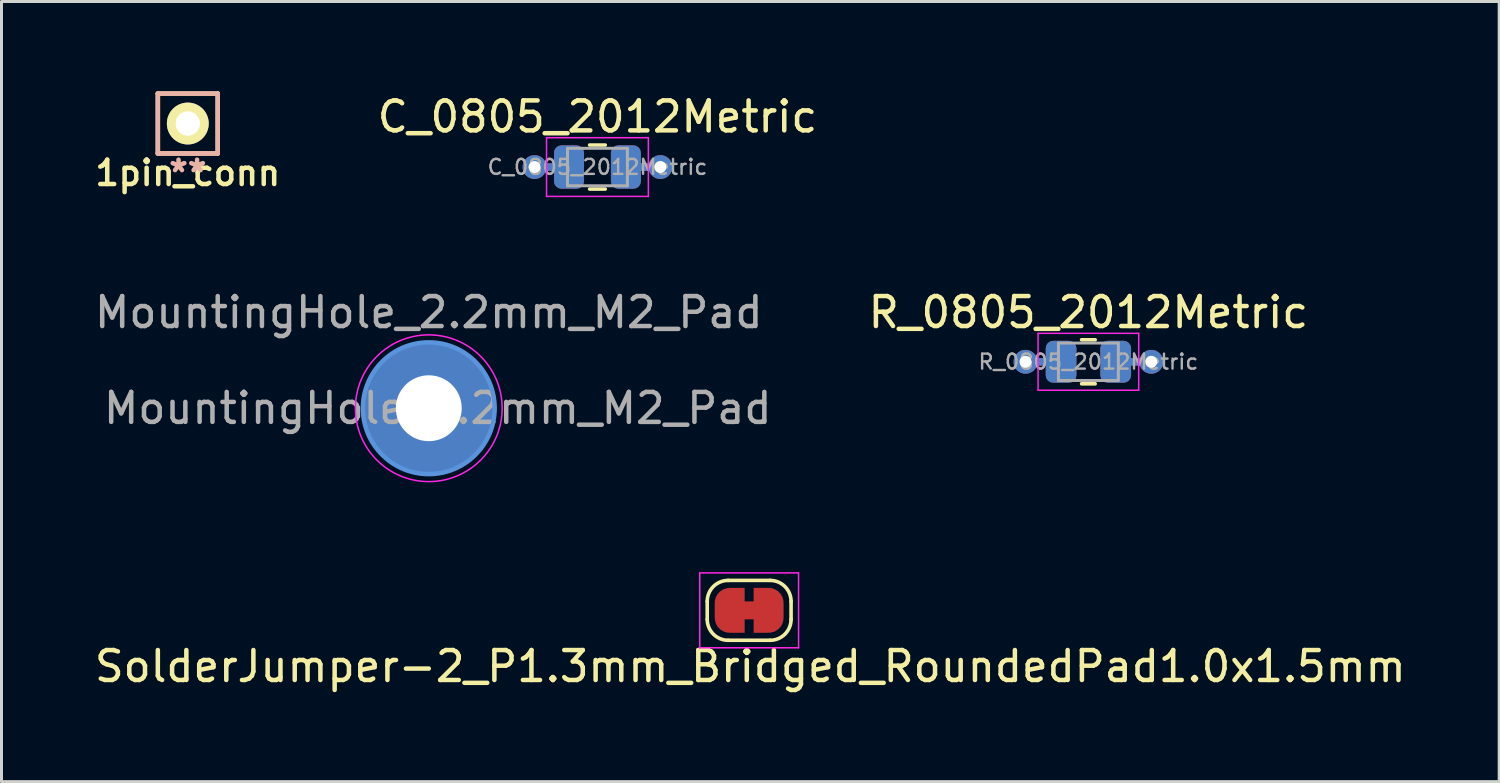
<source format=kicad_pcb>
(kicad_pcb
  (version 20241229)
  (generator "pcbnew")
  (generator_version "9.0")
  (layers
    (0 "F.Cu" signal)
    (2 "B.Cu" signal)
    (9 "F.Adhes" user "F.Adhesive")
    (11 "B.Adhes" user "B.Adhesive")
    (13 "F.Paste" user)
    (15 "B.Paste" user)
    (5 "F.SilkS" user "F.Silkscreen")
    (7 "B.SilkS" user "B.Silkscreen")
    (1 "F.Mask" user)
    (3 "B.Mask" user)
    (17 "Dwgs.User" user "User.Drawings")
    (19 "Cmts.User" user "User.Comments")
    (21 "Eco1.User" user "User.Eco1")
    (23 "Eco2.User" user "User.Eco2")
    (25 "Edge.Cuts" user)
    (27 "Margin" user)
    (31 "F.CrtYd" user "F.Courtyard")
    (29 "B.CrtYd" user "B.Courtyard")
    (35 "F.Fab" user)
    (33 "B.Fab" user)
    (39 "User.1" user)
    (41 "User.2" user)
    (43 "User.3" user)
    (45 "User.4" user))
  (footprint "C_0805_2012Metric"
    (layer "F.Cu")
    (at 16.9 2.528)
    (property "Reference" "C_0805_2012Metric" (at 0 -1.68 0) (layer "F.SilkS") (effects (font (size 1 1) (thickness 0.15))))
    (attr smd)
    (fp_line (start -0.261 -0.735) (end 0.261 -0.735) (stroke (width 0.12) (type solid)) (layer "F.SilkS"))
    (fp_line (start -0.261 0.735) (end 0.261 0.735) (stroke (width 0.12) (type solid)) (layer "F.SilkS"))
    (fp_line (start -1.7 -0.98) (end 1.7 -0.98) (stroke (width 0.05) (type solid)) (layer "F.CrtYd"))
    (fp_line (start -1.7 0.98) (end -1.7 -0.98) (stroke (width 0.05) (type solid)) (layer "F.CrtYd"))
    (fp_line (start 1.7 -0.98) (end 1.7 0.98) (stroke (width 0.05) (type solid)) (layer "F.CrtYd"))
    (fp_line (start 1.7 0.98) (end -1.7 0.98) (stroke (width 0.05) (type solid)) (layer "F.CrtYd"))
    (fp_line (start -1 -0.625) (end 1 -0.625) (stroke (width 0.1) (type solid)) (layer "F.Fab"))
    (fp_line (start -1 0.625) (end -1 -0.625) (stroke (width 0.1) (type solid)) (layer "F.Fab"))
    (fp_line (start 1 -0.625) (end 1 0.625) (stroke (width 0.1) (type solid)) (layer "F.Fab"))
    (fp_line (start 1 0.625) (end -1 0.625) (stroke (width 0.1) (type solid)) (layer "F.Fab"))
    (fp_text user "${REFERENCE}" (at 0 0 0) (layer "F.Fab") (effects (font (size 0.5 0.5) (thickness 0.08))))
    (pad "1" thru_hole custom (at -2.1 0) (size 0.8 0.8) (drill 0.4) (layers "*.Cu") (options (anchor circle)) (primitives (gr_line (start 1.188 0) (end 0 0) (width 0.254))))
    (pad "1" smd roundrect (at -0.95 0) (size 1 1.45) (layers "F.Cu" "F.Mask" "F.Paste") (roundrect_rratio 0.25))
    (pad "1" smd roundrect (at -0.95 0) (size 1 1.45) (layers "B.Cu" "B.Mask" "B.Paste") (roundrect_rratio 0.25))
    (pad "2" smd roundrect (at 0.95 0) (size 1 1.45) (layers "F.Cu" "F.Mask" "F.Paste") (roundrect_rratio 0.25))
    (pad "2" smd roundrect (at 0.95 0) (size 1 1.45) (layers "B.Cu" "B.Mask" "B.Paste") (roundrect_rratio 0.25))
    (pad "2" thru_hole custom (at 2.1 0 180) (size 0.8 0.8) (drill 0.4) (layers "*.Cu") (options (anchor circle)) (primitives (gr_line (start 1.188 0) (end 0 0) (width 0.254)))))
  (footprint "MountingHole_2.2mm_M2_Pad"
    (layer "F.Cu")
    (at 11.268 10.582)
    (property "Reference" "MountingHole_2.2mm_M2_Pad" (at 0 -3.2 0) (layer "F.Fab") (effects (font (size 1 1) (thickness 0.15))))
    (attr exclude_from_pos_files exclude_from_bom)
    (fp_circle (center 0 0) (end 2.2 0) (stroke (width 0.15) (type solid)) (fill no) (layer "Cmts.User"))
    (fp_circle (center 0 0) (end 2.45 0) (stroke (width 0.05) (type solid)) (fill no) (layer "F.CrtYd"))
    (fp_text user "${REFERENCE}" (at 0.3 0 0) (layer "F.Fab") (effects (font (size 1 1) (thickness 0.15))))
    (pad "" thru_hole circle (at 0 0) (size 4.4 4.4) (drill 2.2) (layers "*.Cu" "*.Mask")))
  (footprint "R_0805_2012Metric"
    (layer "F.Cu")
    (at 33.294 9.031)
    (property "Reference" "R_0805_2012Metric" (at 0 -1.65 0) (layer "F.SilkS") (effects (font (size 1 1) (thickness 0.15))))
    (attr smd)
    (fp_line (start -0.227 -0.735) (end 0.227 -0.735) (stroke (width 0.12) (type solid)) (layer "F.SilkS"))
    (fp_line (start -0.227 0.735) (end 0.227 0.735) (stroke (width 0.12) (type solid)) (layer "F.SilkS"))
    (fp_line (start -1.68 -0.95) (end 1.68 -0.95) (stroke (width 0.05) (type solid)) (layer "F.CrtYd"))
    (fp_line (start -1.68 0.95) (end -1.68 -0.95) (stroke (width 0.05) (type solid)) (layer "F.CrtYd"))
    (fp_line (start 1.68 -0.95) (end 1.68 0.95) (stroke (width 0.05) (type solid)) (layer "F.CrtYd"))
    (fp_line (start 1.68 0.95) (end -1.68 0.95) (stroke (width 0.05) (type solid)) (layer "F.CrtYd"))
    (fp_line (start -1 -0.625) (end 1 -0.625) (stroke (width 0.1) (type solid)) (layer "F.Fab"))
    (fp_line (start -1 0.625) (end -1 -0.625) (stroke (width 0.1) (type solid)) (layer "F.Fab"))
    (fp_line (start 1 -0.625) (end 1 0.625) (stroke (width 0.1) (type solid)) (layer "F.Fab"))
    (fp_line (start 1 0.625) (end -1 0.625) (stroke (width 0.1) (type solid)) (layer "F.Fab"))
    (fp_text user "${REFERENCE}" (at 0 0 0) (layer "F.Fab") (effects (font (size 0.5 0.5) (thickness 0.08))))
    (pad "1" thru_hole custom (at -2.1 0) (size 0.8 0.8) (drill 0.4) (layers "*.Cu") (options (anchor circle)) (primitives (gr_line (start 1.188 0) (end 0 0) (width 0.254))))
    (pad "1" connect roundrect (at -0.912 0) (size 1.025 1.4) (layers "F.Cu" "F.Mask") (roundrect_rratio 0.244))
    (pad "1" smd roundrect (at -0.912 0) (size 1.025 1.4) (layers "B.Cu" "B.Mask" "B.Paste") (roundrect_rratio 0.244))
    (pad "2" smd roundrect (at 0.912 0) (size 1.025 1.4) (layers "F.Cu" "F.Mask" "F.Paste") (roundrect_rratio 0.244))
    (pad "2" smd roundrect (at 0.912 0) (size 1.025 1.4) (layers "B.Cu" "B.Mask" "B.Paste") (roundrect_rratio 0.244))
    (pad "2" thru_hole custom (at 2.1 0) (size 0.8 0.8) (drill 0.4) (layers "*.Cu") (options (anchor circle)) (primitives (gr_line (start -1.188 0) (end 0 0) (width 0.254)))))
  (footprint "1pin_conn"
    (layer "F.Cu")
    (at 3.221 1.075)
    (property "Reference" "1pin_conn" (at 0 1.651 0) (layer "F.SilkS") (effects (font (size 0.813 0.813) (thickness 0.15))))
    (attr through_hole)
    (fp_line (start -1 -1) (end -1 1) (stroke (width 0.15) (type solid)) (layer "F.SilkS"))
    (fp_line (start -1 1) (end 1 1) (stroke (width 0.15) (type solid)) (layer "F.SilkS"))
    (fp_line (start 1 -1) (end -1 -1) (stroke (width 0.15) (type solid)) (layer "F.SilkS"))
    (fp_line (start 1 1) (end 1 -1) (stroke (width 0.15) (type solid)) (layer "F.SilkS"))
    (fp_line (start -1 -1) (end 1 -1) (stroke (width 0.15) (type solid)) (layer "B.SilkS"))
    (fp_line (start -1 1) (end -1 -1) (stroke (width 0.15) (type solid)) (layer "B.SilkS"))
    (fp_line (start 1 -1) (end 1 1) (stroke (width 0.15) (type solid)) (layer "B.SilkS"))
    (fp_line (start 1 1) (end -1 1) (stroke (width 0.15) (type solid)) (layer "B.SilkS"))
    (fp_text user "**" (at 0 1.651 0) (layer "B.SilkS") (effects (font (size 0.813 0.813) (thickness 0.15)) (justify mirror)))
    (pad "1" thru_hole circle (at 0 0) (size 1.397 1.397) (drill 0.813) (layers "*.Cu" "*.Mask" "F.SilkS")))
  (footprint "SolderJumper-2_P1.3mm_Bridged_RoundedPad1.0x1.5mm"
    (layer "F.Cu")
    (at 21.966 17.331)
    (property "Reference" "SolderJumper-2_P1.3mm_Bridged_RoundedPad1.0x1.5mm" (at 0.04 1.87 180) (layer "F.SilkS") (effects (font (size 1 1) (thickness 0.15))))
    (attr exclude_from_pos_files exclude_from_bom)
    (fp_poly (pts (xy 0.25 -0.3) (xy -0.25 -0.3) (xy -0.25 0.3) (xy 0.25 0.3)) (stroke (width 0) (type solid)) (fill yes) (layer "F.Cu"))
    (fp_line (start -1.4 0.3) (end -1.4 -0.3) (stroke (width 0.12) (type solid)) (layer "F.SilkS"))
    (fp_line (start -0.7 -1) (end 0.7 -1) (stroke (width 0.12) (type solid)) (layer "F.SilkS"))
    (fp_line (start 0.7 1) (end -0.7 1) (stroke (width 0.12) (type solid)) (layer "F.SilkS"))
    (fp_line (start 1.4 -0.3) (end 1.4 0.3) (stroke (width 0.12) (type solid)) (layer "F.SilkS"))
    (fp_arc (start -1.4 -0.3) (mid -1.194975 -0.794975) (end -0.7 -1) (stroke (width 0.12) (type solid)) (layer "F.SilkS"))
    (fp_arc (start -0.7 1) (mid -1.194975 0.794975) (end -1.4 0.3) (stroke (width 0.12) (type solid)) (layer "F.SilkS"))
    (fp_arc (start 0.7 -1) (mid 1.194975 -0.794975) (end 1.4 -0.3) (stroke (width 0.12) (type solid)) (layer "F.SilkS"))
    (fp_arc (start 1.4 0.3) (mid 1.194975 0.794975) (end 0.7 1) (stroke (width 0.12) (type solid)) (layer "F.SilkS"))
    (fp_line (start -1.65 -1.25) (end -1.65 1.25) (stroke (width 0.05) (type solid)) (layer "F.CrtYd"))
    (fp_line (start -1.65 -1.25) (end 1.65 -1.25) (stroke (width 0.05) (type solid)) (layer "F.CrtYd"))
    (fp_line (start 1.65 1.25) (end -1.65 1.25) (stroke (width 0.05) (type solid)) (layer "F.CrtYd"))
    (fp_line (start 1.65 1.25) (end 1.65 -1.25) (stroke (width 0.05) (type solid)) (layer "F.CrtYd"))
    (pad "1" smd custom (at -0.65 0) (size 1 0.5) (layers "F.Cu" "F.Mask") (options (anchor rect)) (primitives (gr_circle (center 0 0.25) (end 0.5 0.25) (width 0) (fill yes)) (gr_circle (center 0 -0.25) (end 0.5 -0.25) (width 0) (fill yes)) (gr_poly (pts (xy 0 -0.75) (xy 0.5 -0.75) (xy 0.5 0.75) (xy 0 0.75)) (width 0) (fill yes))))
    (pad "2" smd custom (at 0.65 0) (size 1 0.5) (layers "F.Cu" "F.Mask") (options (anchor rect)) (primitives (gr_circle (center 0 0.25) (end 0.5 0.25) (width 0) (fill yes)) (gr_circle (center 0 -0.25) (end 0.5 -0.25) (width 0) (fill yes)) (gr_poly (pts (xy 0 -0.75) (xy -0.5 -0.75) (xy -0.5 0.75) (xy 0 0.75)) (width 0) (fill yes)))))
  (gr_rect
    (start -3 -3)
    (end 47.012 23.05)
    (stroke (width 0.1) (type default))
    (fill no)
    (layer "Edge.Cuts")))
</source>
